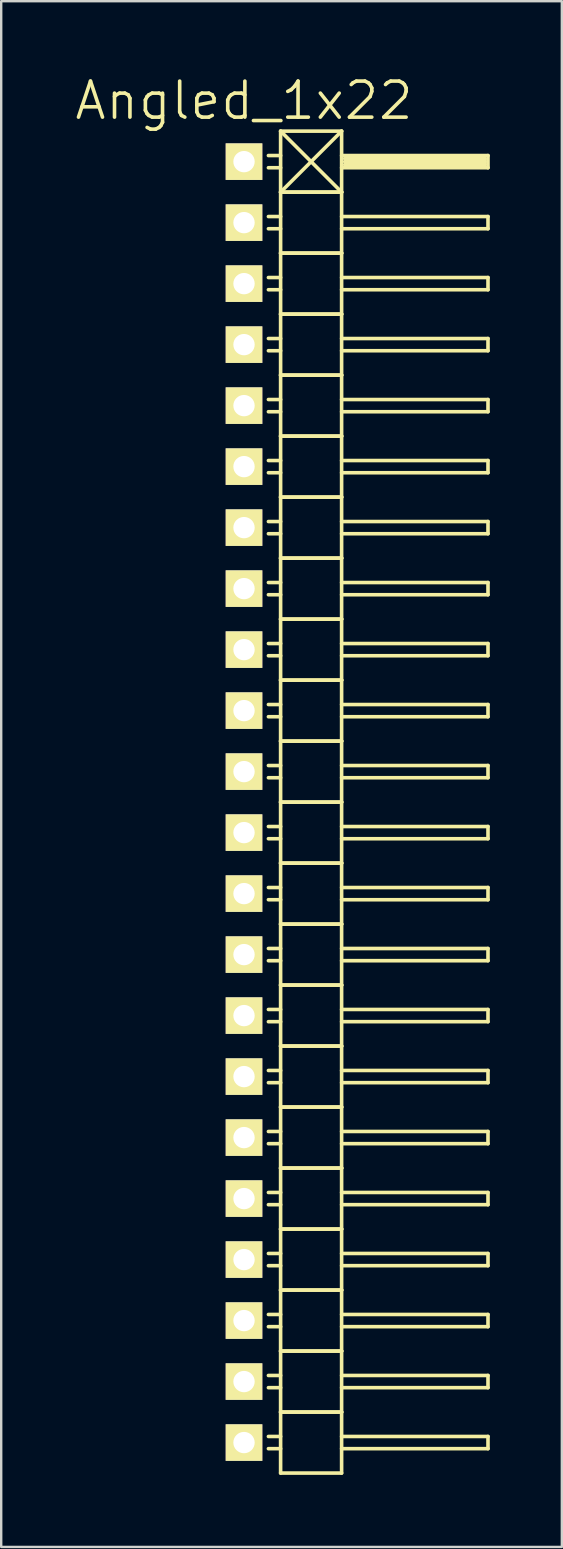
<source format=kicad_pcb>
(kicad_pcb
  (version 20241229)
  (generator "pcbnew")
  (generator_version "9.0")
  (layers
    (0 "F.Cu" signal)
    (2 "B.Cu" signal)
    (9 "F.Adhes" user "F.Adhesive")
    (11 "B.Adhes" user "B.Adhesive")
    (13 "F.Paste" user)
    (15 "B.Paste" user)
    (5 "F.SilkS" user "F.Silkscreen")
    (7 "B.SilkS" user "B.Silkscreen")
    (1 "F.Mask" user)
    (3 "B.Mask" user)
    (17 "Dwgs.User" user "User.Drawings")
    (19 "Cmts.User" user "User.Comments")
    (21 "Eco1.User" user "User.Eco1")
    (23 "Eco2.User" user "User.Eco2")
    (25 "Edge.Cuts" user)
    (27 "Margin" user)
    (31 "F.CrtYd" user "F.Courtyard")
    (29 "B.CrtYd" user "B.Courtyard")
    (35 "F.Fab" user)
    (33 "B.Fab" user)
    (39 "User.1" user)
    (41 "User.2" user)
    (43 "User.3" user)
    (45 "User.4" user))
  (footprint "Angled_1x22"
    (layer "F.Cu")
    (at 7.111 30.351)
    (property "Reference" "Angled_1x22" (at 0 -29.21 0) (layer "F.SilkS") (effects (font (size 1.5 1.5) (thickness 0.15))))
    (attr through_hole)
    (fp_line (start 1.524 -27.94) (end 1.524 -25.4) (stroke (width 0.15) (type solid)) (layer "F.SilkS"))
    (fp_line (start 1.524 -27.94) (end 4.064 -27.94) (stroke (width 0.15) (type solid)) (layer "F.SilkS"))
    (fp_line (start 1.524 -26.924) (end 1.016 -26.924) (stroke (width 0.15) (type solid)) (layer "F.SilkS"))
    (fp_line (start 1.524 -26.416) (end 1.016 -26.416) (stroke (width 0.15) (type solid)) (layer "F.SilkS"))
    (fp_line (start 1.524 -25.4) (end 1.524 -22.86) (stroke (width 0.15) (type solid)) (layer "F.SilkS"))
    (fp_line (start 1.524 -25.4) (end 4.064 -25.4) (stroke (width 0.15) (type solid)) (layer "F.SilkS"))
    (fp_line (start 1.524 -25.4) (end 4.064 -25.4) (stroke (width 0.15) (type solid)) (layer "F.SilkS"))
    (fp_line (start 1.524 -24.384) (end 1.016 -24.384) (stroke (width 0.15) (type solid)) (layer "F.SilkS"))
    (fp_line (start 1.524 -23.876) (end 1.016 -23.876) (stroke (width 0.15) (type solid)) (layer "F.SilkS"))
    (fp_line (start 1.524 -22.86) (end 1.524 -20.32) (stroke (width 0.15) (type solid)) (layer "F.SilkS"))
    (fp_line (start 1.524 -22.86) (end 4.064 -22.86) (stroke (width 0.15) (type solid)) (layer "F.SilkS"))
    (fp_line (start 1.524 -22.86) (end 4.064 -22.86) (stroke (width 0.15) (type solid)) (layer "F.SilkS"))
    (fp_line (start 1.524 -21.844) (end 1.016 -21.844) (stroke (width 0.15) (type solid)) (layer "F.SilkS"))
    (fp_line (start 1.524 -21.336) (end 1.016 -21.336) (stroke (width 0.15) (type solid)) (layer "F.SilkS"))
    (fp_line (start 1.524 -20.32) (end 1.524 -17.78) (stroke (width 0.15) (type solid)) (layer "F.SilkS"))
    (fp_line (start 1.524 -20.32) (end 4.064 -20.32) (stroke (width 0.15) (type solid)) (layer "F.SilkS"))
    (fp_line (start 1.524 -20.32) (end 4.064 -20.32) (stroke (width 0.15) (type solid)) (layer "F.SilkS"))
    (fp_line (start 1.524 -19.304) (end 1.016 -19.304) (stroke (width 0.15) (type solid)) (layer "F.SilkS"))
    (fp_line (start 1.524 -18.796) (end 1.016 -18.796) (stroke (width 0.15) (type solid)) (layer "F.SilkS"))
    (fp_line (start 1.524 -17.78) (end 1.524 -15.24) (stroke (width 0.15) (type solid)) (layer "F.SilkS"))
    (fp_line (start 1.524 -17.78) (end 4.064 -17.78) (stroke (width 0.15) (type solid)) (layer "F.SilkS"))
    (fp_line (start 1.524 -17.78) (end 4.064 -17.78) (stroke (width 0.15) (type solid)) (layer "F.SilkS"))
    (fp_line (start 1.524 -16.764) (end 1.016 -16.764) (stroke (width 0.15) (type solid)) (layer "F.SilkS"))
    (fp_line (start 1.524 -16.256) (end 1.016 -16.256) (stroke (width 0.15) (type solid)) (layer "F.SilkS"))
    (fp_line (start 1.524 -15.24) (end 1.524 -12.7) (stroke (width 0.15) (type solid)) (layer "F.SilkS"))
    (fp_line (start 1.524 -15.24) (end 4.064 -15.24) (stroke (width 0.15) (type solid)) (layer "F.SilkS"))
    (fp_line (start 1.524 -15.24) (end 4.064 -15.24) (stroke (width 0.15) (type solid)) (layer "F.SilkS"))
    (fp_line (start 1.524 -14.224) (end 1.016 -14.224) (stroke (width 0.15) (type solid)) (layer "F.SilkS"))
    (fp_line (start 1.524 -13.716) (end 1.016 -13.716) (stroke (width 0.15) (type solid)) (layer "F.SilkS"))
    (fp_line (start 1.524 -12.7) (end 1.524 -10.16) (stroke (width 0.15) (type solid)) (layer "F.SilkS"))
    (fp_line (start 1.524 -12.7) (end 4.064 -12.7) (stroke (width 0.15) (type solid)) (layer "F.SilkS"))
    (fp_line (start 1.524 -12.7) (end 4.064 -12.7) (stroke (width 0.15) (type solid)) (layer "F.SilkS"))
    (fp_line (start 1.524 -11.684) (end 1.016 -11.684) (stroke (width 0.15) (type solid)) (layer "F.SilkS"))
    (fp_line (start 1.524 -11.176) (end 1.016 -11.176) (stroke (width 0.15) (type solid)) (layer "F.SilkS"))
    (fp_line (start 1.524 -10.16) (end 1.524 -7.62) (stroke (width 0.15) (type solid)) (layer "F.SilkS"))
    (fp_line (start 1.524 -10.16) (end 4.064 -10.16) (stroke (width 0.15) (type solid)) (layer "F.SilkS"))
    (fp_line (start 1.524 -10.16) (end 4.064 -10.16) (stroke (width 0.15) (type solid)) (layer "F.SilkS"))
    (fp_line (start 1.524 -9.144) (end 1.016 -9.144) (stroke (width 0.15) (type solid)) (layer "F.SilkS"))
    (fp_line (start 1.524 -8.636) (end 1.016 -8.636) (stroke (width 0.15) (type solid)) (layer "F.SilkS"))
    (fp_line (start 1.524 -7.62) (end 1.524 -5.08) (stroke (width 0.15) (type solid)) (layer "F.SilkS"))
    (fp_line (start 1.524 -7.62) (end 4.064 -7.62) (stroke (width 0.15) (type solid)) (layer "F.SilkS"))
    (fp_line (start 1.524 -7.62) (end 4.064 -7.62) (stroke (width 0.15) (type solid)) (layer "F.SilkS"))
    (fp_line (start 1.524 -6.604) (end 1.016 -6.604) (stroke (width 0.15) (type solid)) (layer "F.SilkS"))
    (fp_line (start 1.524 -6.096) (end 1.016 -6.096) (stroke (width 0.15) (type solid)) (layer "F.SilkS"))
    (fp_line (start 1.524 -5.08) (end 1.524 -2.54) (stroke (width 0.15) (type solid)) (layer "F.SilkS"))
    (fp_line (start 1.524 -5.08) (end 4.064 -5.08) (stroke (width 0.15) (type solid)) (layer "F.SilkS"))
    (fp_line (start 1.524 -5.08) (end 4.064 -5.08) (stroke (width 0.15) (type solid)) (layer "F.SilkS"))
    (fp_line (start 1.524 -4.064) (end 1.016 -4.064) (stroke (width 0.15) (type solid)) (layer "F.SilkS"))
    (fp_line (start 1.524 -3.556) (end 1.016 -3.556) (stroke (width 0.15) (type solid)) (layer "F.SilkS"))
    (fp_line (start 1.524 -2.54) (end 1.524 0) (stroke (width 0.15) (type solid)) (layer "F.SilkS"))
    (fp_line (start 1.524 -2.54) (end 4.064 -2.54) (stroke (width 0.15) (type solid)) (layer "F.SilkS"))
    (fp_line (start 1.524 -2.54) (end 4.064 -2.54) (stroke (width 0.15) (type solid)) (layer "F.SilkS"))
    (fp_line (start 1.524 -1.524) (end 1.016 -1.524) (stroke (width 0.15) (type solid)) (layer "F.SilkS"))
    (fp_line (start 1.524 -1.016) (end 1.016 -1.016) (stroke (width 0.15) (type solid)) (layer "F.SilkS"))
    (fp_line (start 1.524 0) (end 1.524 2.54) (stroke (width 0.15) (type solid)) (layer "F.SilkS"))
    (fp_line (start 1.524 0) (end 4.064 0) (stroke (width 0.15) (type solid)) (layer "F.SilkS"))
    (fp_line (start 1.524 0) (end 4.064 0) (stroke (width 0.15) (type solid)) (layer "F.SilkS"))
    (fp_line (start 1.524 1.016) (end 1.016 1.016) (stroke (width 0.15) (type solid)) (layer "F.SilkS"))
    (fp_line (start 1.524 1.524) (end 1.016 1.524) (stroke (width 0.15) (type solid)) (layer "F.SilkS"))
    (fp_line (start 1.524 2.54) (end 1.524 5.08) (stroke (width 0.15) (type solid)) (layer "F.SilkS"))
    (fp_line (start 1.524 2.54) (end 4.064 2.54) (stroke (width 0.15) (type solid)) (layer "F.SilkS"))
    (fp_line (start 1.524 2.54) (end 4.064 2.54) (stroke (width 0.15) (type solid)) (layer "F.SilkS"))
    (fp_line (start 1.524 3.556) (end 1.016 3.556) (stroke (width 0.15) (type solid)) (layer "F.SilkS"))
    (fp_line (start 1.524 4.064) (end 1.016 4.064) (stroke (width 0.15) (type solid)) (layer "F.SilkS"))
    (fp_line (start 1.524 5.08) (end 1.524 7.62) (stroke (width 0.15) (type solid)) (layer "F.SilkS"))
    (fp_line (start 1.524 5.08) (end 4.064 5.08) (stroke (width 0.15) (type solid)) (layer "F.SilkS"))
    (fp_line (start 1.524 5.08) (end 4.064 5.08) (stroke (width 0.15) (type solid)) (layer "F.SilkS"))
    (fp_line (start 1.524 6.096) (end 1.016 6.096) (stroke (width 0.15) (type solid)) (layer "F.SilkS"))
    (fp_line (start 1.524 6.604) (end 1.016 6.604) (stroke (width 0.15) (type solid)) (layer "F.SilkS"))
    (fp_line (start 1.524 7.62) (end 1.524 10.16) (stroke (width 0.15) (type solid)) (layer "F.SilkS"))
    (fp_line (start 1.524 7.62) (end 4.064 7.62) (stroke (width 0.15) (type solid)) (layer "F.SilkS"))
    (fp_line (start 1.524 7.62) (end 4.064 7.62) (stroke (width 0.15) (type solid)) (layer "F.SilkS"))
    (fp_line (start 1.524 8.636) (end 1.016 8.636) (stroke (width 0.15) (type solid)) (layer "F.SilkS"))
    (fp_line (start 1.524 9.144) (end 1.016 9.144) (stroke (width 0.15) (type solid)) (layer "F.SilkS"))
    (fp_line (start 1.524 10.16) (end 1.524 12.7) (stroke (width 0.15) (type solid)) (layer "F.SilkS"))
    (fp_line (start 1.524 10.16) (end 4.064 10.16) (stroke (width 0.15) (type solid)) (layer "F.SilkS"))
    (fp_line (start 1.524 10.16) (end 4.064 10.16) (stroke (width 0.15) (type solid)) (layer "F.SilkS"))
    (fp_line (start 1.524 11.176) (end 1.016 11.176) (stroke (width 0.15) (type solid)) (layer "F.SilkS"))
    (fp_line (start 1.524 11.684) (end 1.016 11.684) (stroke (width 0.15) (type solid)) (layer "F.SilkS"))
    (fp_line (start 1.524 12.7) (end 1.524 15.24) (stroke (width 0.15) (type solid)) (layer "F.SilkS"))
    (fp_line (start 1.524 12.7) (end 4.064 12.7) (stroke (width 0.15) (type solid)) (layer "F.SilkS"))
    (fp_line (start 1.524 12.7) (end 4.064 12.7) (stroke (width 0.15) (type solid)) (layer "F.SilkS"))
    (fp_line (start 1.524 13.716) (end 1.016 13.716) (stroke (width 0.15) (type solid)) (layer "F.SilkS"))
    (fp_line (start 1.524 14.224) (end 1.016 14.224) (stroke (width 0.15) (type solid)) (layer "F.SilkS"))
    (fp_line (start 1.524 15.24) (end 1.524 17.78) (stroke (width 0.15) (type solid)) (layer "F.SilkS"))
    (fp_line (start 1.524 15.24) (end 4.064 15.24) (stroke (width 0.15) (type solid)) (layer "F.SilkS"))
    (fp_line (start 1.524 15.24) (end 4.064 15.24) (stroke (width 0.15) (type solid)) (layer "F.SilkS"))
    (fp_line (start 1.524 16.256) (end 1.016 16.256) (stroke (width 0.15) (type solid)) (layer "F.SilkS"))
    (fp_line (start 1.524 16.764) (end 1.016 16.764) (stroke (width 0.15) (type solid)) (layer "F.SilkS"))
    (fp_line (start 1.524 17.78) (end 1.524 20.32) (stroke (width 0.15) (type solid)) (layer "F.SilkS"))
    (fp_line (start 1.524 17.78) (end 4.064 17.78) (stroke (width 0.15) (type solid)) (layer "F.SilkS"))
    (fp_line (start 1.524 17.78) (end 4.064 17.78) (stroke (width 0.15) (type solid)) (layer "F.SilkS"))
    (fp_line (start 1.524 18.796) (end 1.016 18.796) (stroke (width 0.15) (type solid)) (layer "F.SilkS"))
    (fp_line (start 1.524 19.304) (end 1.016 19.304) (stroke (width 0.15) (type solid)) (layer "F.SilkS"))
    (fp_line (start 1.524 20.32) (end 1.524 22.86) (stroke (width 0.15) (type solid)) (layer "F.SilkS"))
    (fp_line (start 1.524 20.32) (end 4.064 20.32) (stroke (width 0.15) (type solid)) (layer "F.SilkS"))
    (fp_line (start 1.524 20.32) (end 4.064 20.32) (stroke (width 0.15) (type solid)) (layer "F.SilkS"))
    (fp_line (start 1.524 21.336) (end 1.016 21.336) (stroke (width 0.15) (type solid)) (layer "F.SilkS"))
    (fp_line (start 1.524 21.844) (end 1.016 21.844) (stroke (width 0.15) (type solid)) (layer "F.SilkS"))
    (fp_line (start 1.524 22.86) (end 1.524 25.4) (stroke (width 0.15) (type solid)) (layer "F.SilkS"))
    (fp_line (start 1.524 22.86) (end 4.064 22.86) (stroke (width 0.15) (type solid)) (layer "F.SilkS"))
    (fp_line (start 1.524 22.86) (end 4.064 22.86) (stroke (width 0.15) (type solid)) (layer "F.SilkS"))
    (fp_line (start 1.524 23.876) (end 1.016 23.876) (stroke (width 0.15) (type solid)) (layer "F.SilkS"))
    (fp_line (start 1.524 24.384) (end 1.016 24.384) (stroke (width 0.15) (type solid)) (layer "F.SilkS"))
    (fp_line (start 1.524 25.4) (end 1.524 27.94) (stroke (width 0.15) (type solid)) (layer "F.SilkS"))
    (fp_line (start 1.524 25.4) (end 4.064 25.4) (stroke (width 0.15) (type solid)) (layer "F.SilkS"))
    (fp_line (start 1.524 25.4) (end 4.064 25.4) (stroke (width 0.15) (type solid)) (layer "F.SilkS"))
    (fp_line (start 1.524 26.416) (end 1.016 26.416) (stroke (width 0.15) (type solid)) (layer "F.SilkS"))
    (fp_line (start 1.524 26.924) (end 1.016 26.924) (stroke (width 0.15) (type solid)) (layer "F.SilkS"))
    (fp_line (start 1.524 27.94) (end 4.064 27.94) (stroke (width 0.15) (type solid)) (layer "F.SilkS"))
    (fp_line (start 4.064 -27.94) (end 1.524 -25.4) (stroke (width 0.15) (type solid)) (layer "F.SilkS"))
    (fp_line (start 4.064 -26.924) (end 10.16 -26.924) (stroke (width 0.15) (type solid)) (layer "F.SilkS"))
    (fp_line (start 4.064 -25.4) (end 1.524 -27.94) (stroke (width 0.15) (type solid)) (layer "F.SilkS"))
    (fp_line (start 4.064 -25.4) (end 4.064 -27.94) (stroke (width 0.15) (type solid)) (layer "F.SilkS"))
    (fp_line (start 4.064 -24.384) (end 10.16 -24.384) (stroke (width 0.15) (type solid)) (layer "F.SilkS"))
    (fp_line (start 4.064 -22.86) (end 4.064 -25.4) (stroke (width 0.15) (type solid)) (layer "F.SilkS"))
    (fp_line (start 4.064 -21.844) (end 10.16 -21.844) (stroke (width 0.15) (type solid)) (layer "F.SilkS"))
    (fp_line (start 4.064 -20.32) (end 4.064 -22.86) (stroke (width 0.15) (type solid)) (layer "F.SilkS"))
    (fp_line (start 4.064 -19.304) (end 10.16 -19.304) (stroke (width 0.15) (type solid)) (layer "F.SilkS"))
    (fp_line (start 4.064 -17.78) (end 4.064 -20.32) (stroke (width 0.15) (type solid)) (layer "F.SilkS"))
    (fp_line (start 4.064 -16.764) (end 10.16 -16.764) (stroke (width 0.15) (type solid)) (layer "F.SilkS"))
    (fp_line (start 4.064 -15.24) (end 4.064 -17.78) (stroke (width 0.15) (type solid)) (layer "F.SilkS"))
    (fp_line (start 4.064 -14.224) (end 10.16 -14.224) (stroke (width 0.15) (type solid)) (layer "F.SilkS"))
    (fp_line (start 4.064 -12.7) (end 4.064 -15.24) (stroke (width 0.15) (type solid)) (layer "F.SilkS"))
    (fp_line (start 4.064 -11.684) (end 10.16 -11.684) (stroke (width 0.15) (type solid)) (layer "F.SilkS"))
    (fp_line (start 4.064 -10.16) (end 4.064 -12.7) (stroke (width 0.15) (type solid)) (layer "F.SilkS"))
    (fp_line (start 4.064 -9.144) (end 10.16 -9.144) (stroke (width 0.15) (type solid)) (layer "F.SilkS"))
    (fp_line (start 4.064 -7.62) (end 4.064 -10.16) (stroke (width 0.15) (type solid)) (layer "F.SilkS"))
    (fp_line (start 4.064 -6.604) (end 10.16 -6.604) (stroke (width 0.15) (type solid)) (layer "F.SilkS"))
    (fp_line (start 4.064 -5.08) (end 4.064 -7.62) (stroke (width 0.15) (type solid)) (layer "F.SilkS"))
    (fp_line (start 4.064 -4.064) (end 10.16 -4.064) (stroke (width 0.15) (type solid)) (layer "F.SilkS"))
    (fp_line (start 4.064 -2.54) (end 4.064 -5.08) (stroke (width 0.15) (type solid)) (layer "F.SilkS"))
    (fp_line (start 4.064 -1.524) (end 10.16 -1.524) (stroke (width 0.15) (type solid)) (layer "F.SilkS"))
    (fp_line (start 4.064 0) (end 4.064 -2.54) (stroke (width 0.15) (type solid)) (layer "F.SilkS"))
    (fp_line (start 4.064 1.016) (end 10.16 1.016) (stroke (width 0.15) (type solid)) (layer "F.SilkS"))
    (fp_line (start 4.064 2.54) (end 4.064 0) (stroke (width 0.15) (type solid)) (layer "F.SilkS"))
    (fp_line (start 4.064 3.556) (end 10.16 3.556) (stroke (width 0.15) (type solid)) (layer "F.SilkS"))
    (fp_line (start 4.064 5.08) (end 4.064 2.54) (stroke (width 0.15) (type solid)) (layer "F.SilkS"))
    (fp_line (start 4.064 6.096) (end 10.16 6.096) (stroke (width 0.15) (type solid)) (layer "F.SilkS"))
    (fp_line (start 4.064 7.62) (end 4.064 5.08) (stroke (width 0.15) (type solid)) (layer "F.SilkS"))
    (fp_line (start 4.064 8.636) (end 10.16 8.636) (stroke (width 0.15) (type solid)) (layer "F.SilkS"))
    (fp_line (start 4.064 10.16) (end 4.064 7.62) (stroke (width 0.15) (type solid)) (layer "F.SilkS"))
    (fp_line (start 4.064 11.176) (end 10.16 11.176) (stroke (width 0.15) (type solid)) (layer "F.SilkS"))
    (fp_line (start 4.064 12.7) (end 4.064 10.16) (stroke (width 0.15) (type solid)) (layer "F.SilkS"))
    (fp_line (start 4.064 13.716) (end 10.16 13.716) (stroke (width 0.15) (type solid)) (layer "F.SilkS"))
    (fp_line (start 4.064 15.24) (end 4.064 12.7) (stroke (width 0.15) (type solid)) (layer "F.SilkS"))
    (fp_line (start 4.064 16.256) (end 10.16 16.256) (stroke (width 0.15) (type solid)) (layer "F.SilkS"))
    (fp_line (start 4.064 17.78) (end 4.064 15.24) (stroke (width 0.15) (type solid)) (layer "F.SilkS"))
    (fp_line (start 4.064 18.796) (end 10.16 18.796) (stroke (width 0.15) (type solid)) (layer "F.SilkS"))
    (fp_line (start 4.064 20.32) (end 4.064 17.78) (stroke (width 0.15) (type solid)) (layer "F.SilkS"))
    (fp_line (start 4.064 21.336) (end 10.16 21.336) (stroke (width 0.15) (type solid)) (layer "F.SilkS"))
    (fp_line (start 4.064 22.86) (end 4.064 20.32) (stroke (width 0.15) (type solid)) (layer "F.SilkS"))
    (fp_line (start 4.064 23.876) (end 10.16 23.876) (stroke (width 0.15) (type solid)) (layer "F.SilkS"))
    (fp_line (start 4.064 25.4) (end 4.064 22.86) (stroke (width 0.15) (type solid)) (layer "F.SilkS"))
    (fp_line (start 4.064 26.416) (end 10.16 26.416) (stroke (width 0.15) (type solid)) (layer "F.SilkS"))
    (fp_line (start 4.064 27.94) (end 4.064 25.4) (stroke (width 0.15) (type solid)) (layer "F.SilkS"))
    (fp_line (start 4.191 -26.797) (end 10.033 -26.797) (stroke (width 0.15) (type solid)) (layer "F.SilkS"))
    (fp_line (start 4.191 -26.67) (end 10.033 -26.67) (stroke (width 0.15) (type solid)) (layer "F.SilkS"))
    (fp_line (start 10.033 -26.797) (end 10.033 -26.543) (stroke (width 0.15) (type solid)) (layer "F.SilkS"))
    (fp_line (start 10.033 -26.543) (end 4.191 -26.543) (stroke (width 0.15) (type solid)) (layer "F.SilkS"))
    (fp_line (start 10.16 -26.924) (end 10.16 -26.416) (stroke (width 0.15) (type solid)) (layer "F.SilkS"))
    (fp_line (start 10.16 -26.416) (end 4.064 -26.416) (stroke (width 0.15) (type solid)) (layer "F.SilkS"))
    (fp_line (start 10.16 -24.384) (end 10.16 -23.876) (stroke (width 0.15) (type solid)) (layer "F.SilkS"))
    (fp_line (start 10.16 -23.876) (end 4.064 -23.876) (stroke (width 0.15) (type solid)) (layer "F.SilkS"))
    (fp_line (start 10.16 -21.844) (end 10.16 -21.336) (stroke (width 0.15) (type solid)) (layer "F.SilkS"))
    (fp_line (start 10.16 -21.336) (end 4.064 -21.336) (stroke (width 0.15) (type solid)) (layer "F.SilkS"))
    (fp_line (start 10.16 -19.304) (end 10.16 -18.796) (stroke (width 0.15) (type solid)) (layer "F.SilkS"))
    (fp_line (start 10.16 -18.796) (end 4.064 -18.796) (stroke (width 0.15) (type solid)) (layer "F.SilkS"))
    (fp_line (start 10.16 -16.764) (end 10.16 -16.256) (stroke (width 0.15) (type solid)) (layer "F.SilkS"))
    (fp_line (start 10.16 -16.256) (end 4.064 -16.256) (stroke (width 0.15) (type solid)) (layer "F.SilkS"))
    (fp_line (start 10.16 -14.224) (end 10.16 -13.716) (stroke (width 0.15) (type solid)) (layer "F.SilkS"))
    (fp_line (start 10.16 -13.716) (end 4.064 -13.716) (stroke (width 0.15) (type solid)) (layer "F.SilkS"))
    (fp_line (start 10.16 -11.684) (end 10.16 -11.176) (stroke (width 0.15) (type solid)) (layer "F.SilkS"))
    (fp_line (start 10.16 -11.176) (end 4.064 -11.176) (stroke (width 0.15) (type solid)) (layer "F.SilkS"))
    (fp_line (start 10.16 -9.144) (end 10.16 -8.636) (stroke (width 0.15) (type solid)) (layer "F.SilkS"))
    (fp_line (start 10.16 -8.636) (end 4.064 -8.636) (stroke (width 0.15) (type solid)) (layer "F.SilkS"))
    (fp_line (start 10.16 -6.604) (end 10.16 -6.096) (stroke (width 0.15) (type solid)) (layer "F.SilkS"))
    (fp_line (start 10.16 -6.096) (end 4.064 -6.096) (stroke (width 0.15) (type solid)) (layer "F.SilkS"))
    (fp_line (start 10.16 -4.064) (end 10.16 -3.556) (stroke (width 0.15) (type solid)) (layer "F.SilkS"))
    (fp_line (start 10.16 -3.556) (end 4.064 -3.556) (stroke (width 0.15) (type solid)) (layer "F.SilkS"))
    (fp_line (start 10.16 -1.524) (end 10.16 -1.016) (stroke (width 0.15) (type solid)) (layer "F.SilkS"))
    (fp_line (start 10.16 -1.016) (end 4.064 -1.016) (stroke (width 0.15) (type solid)) (layer "F.SilkS"))
    (fp_line (start 10.16 1.016) (end 10.16 1.524) (stroke (width 0.15) (type solid)) (layer "F.SilkS"))
    (fp_line (start 10.16 1.524) (end 4.064 1.524) (stroke (width 0.15) (type solid)) (layer "F.SilkS"))
    (fp_line (start 10.16 3.556) (end 10.16 4.064) (stroke (width 0.15) (type solid)) (layer "F.SilkS"))
    (fp_line (start 10.16 4.064) (end 4.064 4.064) (stroke (width 0.15) (type solid)) (layer "F.SilkS"))
    (fp_line (start 10.16 6.096) (end 10.16 6.604) (stroke (width 0.15) (type solid)) (layer "F.SilkS"))
    (fp_line (start 10.16 6.604) (end 4.064 6.604) (stroke (width 0.15) (type solid)) (layer "F.SilkS"))
    (fp_line (start 10.16 8.636) (end 10.16 9.144) (stroke (width 0.15) (type solid)) (layer "F.SilkS"))
    (fp_line (start 10.16 9.144) (end 4.064 9.144) (stroke (width 0.15) (type solid)) (layer "F.SilkS"))
    (fp_line (start 10.16 11.176) (end 10.16 11.684) (stroke (width 0.15) (type solid)) (layer "F.SilkS"))
    (fp_line (start 10.16 11.684) (end 4.064 11.684) (stroke (width 0.15) (type solid)) (layer "F.SilkS"))
    (fp_line (start 10.16 13.716) (end 10.16 14.224) (stroke (width 0.15) (type solid)) (layer "F.SilkS"))
    (fp_line (start 10.16 14.224) (end 4.064 14.224) (stroke (width 0.15) (type solid)) (layer "F.SilkS"))
    (fp_line (start 10.16 16.256) (end 10.16 16.764) (stroke (width 0.15) (type solid)) (layer "F.SilkS"))
    (fp_line (start 10.16 16.764) (end 4.064 16.764) (stroke (width 0.15) (type solid)) (layer "F.SilkS"))
    (fp_line (start 10.16 18.796) (end 10.16 19.304) (stroke (width 0.15) (type solid)) (layer "F.SilkS"))
    (fp_line (start 10.16 19.304) (end 4.064 19.304) (stroke (width 0.15) (type solid)) (layer "F.SilkS"))
    (fp_line (start 10.16 21.336) (end 10.16 21.844) (stroke (width 0.15) (type solid)) (layer "F.SilkS"))
    (fp_line (start 10.16 21.844) (end 4.064 21.844) (stroke (width 0.15) (type solid)) (layer "F.SilkS"))
    (fp_line (start 10.16 23.876) (end 10.16 24.384) (stroke (width 0.15) (type solid)) (layer "F.SilkS"))
    (fp_line (start 10.16 24.384) (end 4.064 24.384) (stroke (width 0.15) (type solid)) (layer "F.SilkS"))
    (fp_line (start 10.16 26.416) (end 10.16 26.924) (stroke (width 0.15) (type solid)) (layer "F.SilkS"))
    (fp_line (start 10.16 26.924) (end 4.064 26.924) (stroke (width 0.15) (type solid)) (layer "F.SilkS"))
    (pad "1" thru_hole rect (at 0 -26.67) (size 1.524 1.524) (drill 0.889) (layers "*.Cu" "*.Mask" "F.SilkS"))
    (pad "2" thru_hole rect (at 0 -24.13) (size 1.524 1.524) (drill 0.889) (layers "*.Cu" "*.Mask" "F.SilkS"))
    (pad "3" thru_hole rect (at 0 -21.59) (size 1.524 1.524) (drill 0.889) (layers "*.Cu" "*.Mask" "F.SilkS"))
    (pad "4" thru_hole rect (at 0 -19.05) (size 1.524 1.524) (drill 0.889) (layers "*.Cu" "*.Mask" "F.SilkS"))
    (pad "5" thru_hole rect (at 0 -16.51) (size 1.524 1.524) (drill 0.889) (layers "*.Cu" "*.Mask" "F.SilkS"))
    (pad "6" thru_hole rect (at 0 -13.97) (size 1.524 1.524) (drill 0.889) (layers "*.Cu" "*.Mask" "F.SilkS"))
    (pad "7" thru_hole rect (at 0 -11.43) (size 1.524 1.524) (drill 0.889) (layers "*.Cu" "*.Mask" "F.SilkS"))
    (pad "8" thru_hole rect (at 0 -8.89) (size 1.524 1.524) (drill 0.889) (layers "*.Cu" "*.Mask" "F.SilkS"))
    (pad "9" thru_hole rect (at 0 -6.35) (size 1.524 1.524) (drill 0.889) (layers "*.Cu" "*.Mask" "F.SilkS"))
    (pad "10" thru_hole rect (at 0 -3.81) (size 1.524 1.524) (drill 0.889) (layers "*.Cu" "*.Mask" "F.SilkS"))
    (pad "11" thru_hole rect (at 0 -1.27) (size 1.524 1.524) (drill 0.889) (layers "*.Cu" "*.Mask" "F.SilkS"))
    (pad "12" thru_hole rect (at 0 1.27) (size 1.524 1.524) (drill 0.889) (layers "*.Cu" "*.Mask" "F.SilkS"))
    (pad "13" thru_hole rect (at 0 3.81) (size 1.524 1.524) (drill 0.889) (layers "*.Cu" "*.Mask" "F.SilkS"))
    (pad "14" thru_hole rect (at 0 6.35) (size 1.524 1.524) (drill 0.889) (layers "*.Cu" "*.Mask" "F.SilkS"))
    (pad "15" thru_hole rect (at 0 8.89) (size 1.524 1.524) (drill 0.889) (layers "*.Cu" "*.Mask" "F.SilkS"))
    (pad "16" thru_hole rect (at 0 11.43) (size 1.524 1.524) (drill 0.889) (layers "*.Cu" "*.Mask" "F.SilkS"))
    (pad "17" thru_hole rect (at 0 13.97) (size 1.524 1.524) (drill 0.889) (layers "*.Cu" "*.Mask" "F.SilkS"))
    (pad "18" thru_hole rect (at 0 16.51) (size 1.524 1.524) (drill 0.889) (layers "*.Cu" "*.Mask" "F.SilkS"))
    (pad "19" thru_hole rect (at 0 19.05) (size 1.524 1.524) (drill 0.889) (layers "*.Cu" "*.Mask" "F.SilkS"))
    (pad "20" thru_hole rect (at 0 21.59) (size 1.524 1.524) (drill 0.889) (layers "*.Cu" "*.Mask" "F.SilkS"))
    (pad "21" thru_hole rect (at 0 24.13) (size 1.524 1.524) (drill 0.889) (layers "*.Cu" "*.Mask" "F.SilkS"))
    (pad "22" thru_hole rect (at 0 26.67) (size 1.524 1.524) (drill 0.889) (layers "*.Cu" "*.Mask" "F.SilkS")))
  (gr_rect
    (start -3 -3)
    (end 20.346 61.366)
    (stroke (width 0.1) (type default))
    (fill no)
    (layer "Edge.Cuts")))
</source>
